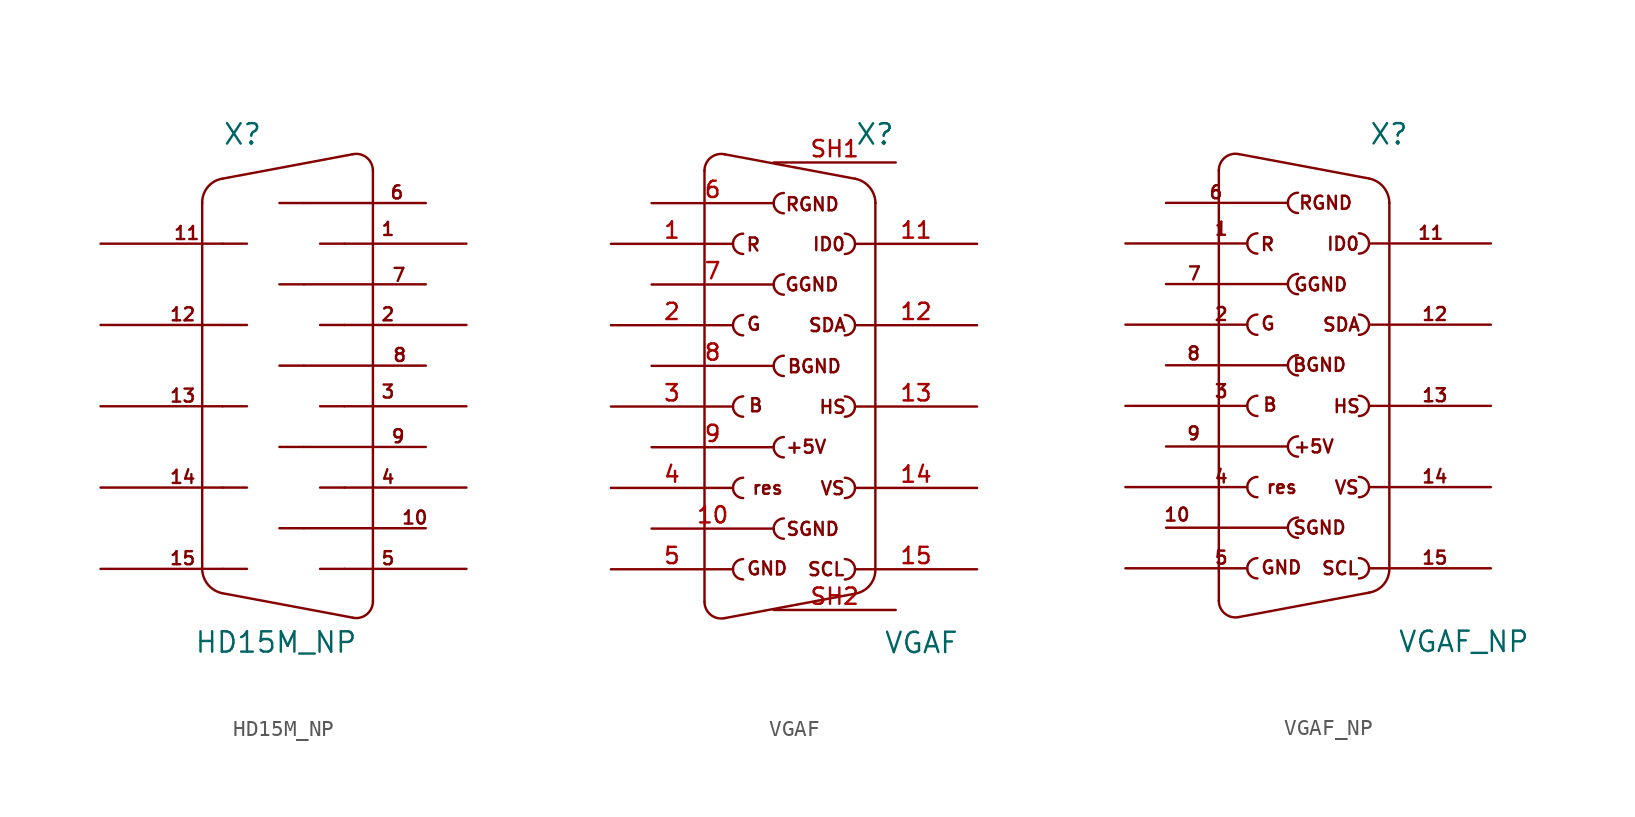
<source format=kicad_sym>
(kicad_symbol_lib
  (version 20211014)
  (generator kicad_symbol_editor)
  (symbol "HD15M_NP"
    (pin_names
      (offset 1.016))
    (property "Reference" "X"
      (at -2.54 13.716 0)
      (effects (font (size 1.27 1.27)) (justify left bottom)))
    (property "Value" "HD15M_NP"
      (at -4.318 -18.034 0)
      (effects (font (size 1.27 1.27)) (justify left bottom)))
    (property "ki_locked" ""
      (at 0 0 0)
      (effects (font (size 1.27 1.27))))
    (symbol "HD15M_NP_1_0"
      (polyline (pts (xy -3.81 10.16) (xy -3.81 -12.7)) (stroke (width 0) (type default) (color 0 0 0 0)) (fill (type none)))
      (polyline (pts (xy -2.54 -12.7) (xy -10.16 -12.7)) (stroke (width 0) (type default) (color 0 0 0 0)) (fill (type none)))
      (polyline (pts (xy -2.54 -12.7) (xy -1.016 -12.7)) (stroke (width 0) (type default) (color 0 0 0 0)) (fill (type none)))
      (polyline (pts (xy -2.54 -7.62) (xy -10.16 -7.62)) (stroke (width 0) (type default) (color 0 0 0 0)) (fill (type none)))
      (polyline (pts (xy -2.54 -7.62) (xy -1.016 -7.62)) (stroke (width 0) (type default) (color 0 0 0 0)) (fill (type none)))
      (polyline (pts (xy -2.54 -2.54) (xy -10.16 -2.54)) (stroke (width 0) (type default) (color 0 0 0 0)) (fill (type none)))
      (polyline (pts (xy -2.54 -2.54) (xy -1.016 -2.54)) (stroke (width 0) (type default) (color 0 0 0 0)) (fill (type none)))
      (polyline (pts (xy -2.54 2.54) (xy -10.16 2.54)) (stroke (width 0) (type default) (color 0 0 0 0)) (fill (type none)))
      (polyline (pts (xy -2.54 2.54) (xy -1.016 2.54)) (stroke (width 0) (type default) (color 0 0 0 0)) (fill (type none)))
      (polyline (pts (xy -2.54 7.62) (xy -10.16 7.62)) (stroke (width 0) (type default) (color 0 0 0 0)) (fill (type none)))
      (polyline (pts (xy -2.54 7.62) (xy -1.016 7.62)) (stroke (width 0) (type default) (color 0 0 0 0)) (fill (type none)))
      (polyline (pts (xy 2.54 -10.16) (xy 1.016 -10.16)) (stroke (width 0) (type default) (color 0 0 0 0)) (fill (type none)))
      (polyline (pts (xy 2.54 -10.16) (xy 10.16 -10.16)) (stroke (width 0) (type default) (color 0 0 0 0)) (fill (type none)))
      (polyline (pts (xy 2.54 -5.08) (xy 1.016 -5.08)) (stroke (width 0) (type default) (color 0 0 0 0)) (fill (type none)))
      (polyline (pts (xy 2.54 -5.08) (xy 10.16 -5.08)) (stroke (width 0) (type default) (color 0 0 0 0)) (fill (type none)))
      (polyline (pts (xy 2.54 0) (xy 1.016 0)) (stroke (width 0) (type default) (color 0 0 0 0)) (fill (type none)))
      (polyline (pts (xy 2.54 0) (xy 10.16 0)) (stroke (width 0) (type default) (color 0 0 0 0)) (fill (type none)))
      (polyline (pts (xy 2.54 5.08) (xy 1.016 5.08)) (stroke (width 0) (type default) (color 0 0 0 0)) (fill (type none)))
      (polyline (pts (xy 2.54 5.08) (xy 10.16 5.08)) (stroke (width 0) (type default) (color 0 0 0 0)) (fill (type none)))
      (polyline (pts (xy 2.54 10.16) (xy 1.016 10.16)) (stroke (width 0) (type default) (color 0 0 0 0)) (fill (type none)))
      (polyline (pts (xy 2.54 10.16) (xy 10.16 10.16)) (stroke (width 0) (type default) (color 0 0 0 0)) (fill (type none)))
      (polyline (pts (xy 5.08 -12.7) (xy 3.556 -12.7)) (stroke (width 0) (type default) (color 0 0 0 0)) (fill (type none)))
      (polyline (pts (xy 5.08 -7.62) (xy 3.556 -7.62)) (stroke (width 0) (type default) (color 0 0 0 0)) (fill (type none)))
      (polyline (pts (xy 5.08 -2.54) (xy 3.556 -2.54)) (stroke (width 0) (type default) (color 0 0 0 0)) (fill (type none)))
      (polyline (pts (xy 5.08 2.54) (xy 3.556 2.54)) (stroke (width 0) (type default) (color 0 0 0 0)) (fill (type none)))
      (polyline (pts (xy 5.08 7.62) (xy 3.556 7.62)) (stroke (width 0) (type default) (color 0 0 0 0)) (fill (type none)))
      (polyline (pts (xy 5.588 -15.748) (xy -2.54 -14.224)) (stroke (width 0) (type default) (color 0 0 0 0)) (fill (type none)))
      (polyline (pts (xy 5.588 13.208) (xy -2.54 11.684)) (stroke (width 0) (type default) (color 0 0 0 0)) (fill (type none)))
      (polyline (pts (xy 6.858 12.192) (xy 6.858 -14.732)) (stroke (width 0) (type default) (color 0 0 0 0)) (fill (type none)))
      (polyline (pts (xy 12.7 -12.7) (xy 5.08 -12.7)) (stroke (width 0) (type default) (color 0 0 0 0)) (fill (type none)))
      (polyline (pts (xy 12.7 -7.62) (xy 5.08 -7.62)) (stroke (width 0) (type default) (color 0 0 0 0)) (fill (type none)))
      (polyline (pts (xy 12.7 -2.54) (xy 5.08 -2.54)) (stroke (width 0) (type default) (color 0 0 0 0)) (fill (type none)))
      (polyline (pts (xy 12.7 2.54) (xy 5.08 2.54)) (stroke (width 0) (type default) (color 0 0 0 0)) (fill (type none)))
      (polyline (pts (xy 12.7 7.62) (xy 5.08 7.62)) (stroke (width 0) (type default) (color 0 0 0 0)) (fill (type none)))
      (text "1" (at 7.798 8.534 0) (effects (font (size 0.813 0.813))))
      (text "10" (at 9.474 -9.5 0) (effects (font (size 0.813 0.813))))
      (text "11" (at -4.775 8.28 0) (effects (font (size 0.813 0.813))))
      (text "12" (at -5.029 3.2 0) (effects (font (size 0.813 0.813))))
      (text "13" (at -5.029 -1.88 0) (effects (font (size 0.813 0.813))))
      (text "14" (at -5.029 -6.96 0) (effects (font (size 0.813 0.813))))
      (text "15" (at -5.029 -12.04 0) (effects (font (size 0.813 0.813))))
      (text "2" (at 7.798 3.2 0) (effects (font (size 0.813 0.813))))
      (text "3" (at 7.798 -1.626 0) (effects (font (size 0.813 0.813))))
      (text "4" (at 7.798 -6.96 0) (effects (font (size 0.813 0.813))))
      (text "5" (at 7.798 -12.04 0) (effects (font (size 0.813 0.813))))
      (text "6" (at 8.357 10.82 0) (effects (font (size 0.813 0.813))))
      (text "7" (at 8.484 5.664 0) (effects (font (size 0.813 0.813))))
      (text "8" (at 8.534 0.66 0) (effects (font (size 0.813 0.813))))
      (text "9" (at 8.433 -4.42 0) (effects (font (size 0.813 0.813)))))
    (symbol "HD15M_NP_1_1"
      (arc (start -3.81 -12.7) (mid -3.4463 -13.6881) (end -2.54 -14.224) (stroke (width 0) (type default) (color 0 0 0 0)) (fill (type none)))
      (arc (start -2.54 11.684) (mid -3.4625 11.1616) (end -3.81 10.16) (stroke (width 0) (type default) (color 0 0 0 0)) (fill (type none)))
      (arc (start 5.588 -15.748) (mid 6.4671 -15.5452) (end 6.858 -14.732) (stroke (width 0) (type default) (color 0 0 0 0)) (fill (type none)))
      (arc (start 6.858 12.192) (mid 6.4672 13.0053) (end 5.588 13.208) (stroke (width 0) (type default) (color 0 0 0 0)) (fill (type none)))))
  (symbol "VGAF"
    (pin_names
      (offset 1.016))
    (property "Reference" "X"
      (at 5.08 13.716 0)
      (effects (font (size 1.27 1.27)) (justify left bottom)))
    (property "Value" "VGAF"
      (at 6.858 -18.034 0)
      (effects (font (size 1.27 1.27)) (justify left bottom)))
    (property "ki_locked" ""
      (at 0 0 0)
      (effects (font (size 1.27 1.27))))
    (symbol "VGAF_1_0"
      (polyline (pts (xy -4.318 12.192) (xy -4.318 -14.732)) (stroke (width 0) (type default) (color 0 0 0 0)) (fill (type none)))
      (polyline (pts (xy -3.048 -15.748) (xy 5.08 -14.224)) (stroke (width 0) (type default) (color 0 0 0 0)) (fill (type none)))
      (polyline (pts (xy -3.048 13.208) (xy 5.08 11.684)) (stroke (width 0) (type default) (color 0 0 0 0)) (fill (type none)))
      (polyline (pts (xy 6.35 10.16) (xy 6.35 -12.7)) (stroke (width 0) (type default) (color 0 0 0 0)) (fill (type none)))
      (text "+5V" (at 2.032 -5.055 0) (effects (font (size 0.813 0.813))))
      (text "B" (at -1.118 -2.464 0) (effects (font (size 0.813 0.813))))
      (text "BGND" (at 2.54 -0.025 0) (effects (font (size 0.813 0.813))))
      (text "G" (at -1.245 2.616 0) (effects (font (size 0.813 0.813))))
      (text "GGND" (at 2.388 5.08 0) (effects (font (size 0.813 0.813))))
      (text "GND" (at -0.406 -12.649 0) (effects (font (size 0.813 0.813))))
      (text "HS" (at 3.683 -2.565 0) (effects (font (size 0.813 0.813))))
      (text "ID0" (at 3.454 7.595 0) (effects (font (size 0.813 0.813))))
      (text "R" (at -1.27 7.569 0) (effects (font (size 0.813 0.813))))
      (text "res" (at -0.381 -7.62 0) (effects (font (size 0.813 0.813))))
      (text "RGND" (at 2.413 10.084 0) (effects (font (size 0.813 0.813))))
      (text "SCL" (at 3.277 -12.7 0) (effects (font (size 0.813 0.813))))
      (text "SDA" (at 3.353 2.54 0) (effects (font (size 0.813 0.813))))
      (text "SGND" (at 2.438 -10.185 0) (effects (font (size 0.813 0.813))))
      (text "VS" (at 3.683 -7.645 0) (effects (font (size 0.813 0.813)))))
    (symbol "VGAF_1_1"
      (arc (start -4.318 -14.732) (mid -3.9272 -15.5452) (end -3.048 -15.748) (stroke (width 0) (type default) (color 0 0 0 0)) (fill (type none)))
      (arc (start -3.048 13.208) (mid -3.9272 13.0052) (end -4.318 12.192) (stroke (width 0) (type default) (color 0 0 0 0)) (fill (type none)))
      (arc (start -1.905 -12.065) (mid -2.54 -12.7) (end -1.905 -13.335) (stroke (width 0) (type default) (color 0 0 0 0)) (fill (type none)))
      (arc (start -1.905 -6.985) (mid -2.54 -7.62) (end -1.905 -8.255) (stroke (width 0) (type default) (color 0 0 0 0)) (fill (type none)))
      (arc (start -1.905 -1.905) (mid -2.54 -2.54) (end -1.905 -3.175) (stroke (width 0) (type default) (color 0 0 0 0)) (fill (type none)))
      (arc (start -1.905 3.175) (mid -2.54 2.54) (end -1.905 1.905) (stroke (width 0) (type default) (color 0 0 0 0)) (fill (type none)))
      (arc (start -1.905 8.255) (mid -2.54 7.62) (end -1.905 6.985) (stroke (width 0) (type default) (color 0 0 0 0)) (fill (type none)))
      (arc (start 0.635 -9.525) (mid 0 -10.16) (end 0.635 -10.795) (stroke (width 0) (type default) (color 0 0 0 0)) (fill (type none)))
      (arc (start 0.635 -4.445) (mid 0 -5.08) (end 0.635 -5.715) (stroke (width 0) (type default) (color 0 0 0 0)) (fill (type none)))
      (arc (start 0.635 0.635) (mid 0 0) (end 0.635 -0.635) (stroke (width 0) (type default) (color 0 0 0 0)) (fill (type none)))
      (arc (start 0.635 5.715) (mid 0 5.08) (end 0.635 4.445) (stroke (width 0) (type default) (color 0 0 0 0)) (fill (type none)))
      (arc (start 0.635 10.795) (mid 0 10.16) (end 0.635 9.525) (stroke (width 0) (type default) (color 0 0 0 0)) (fill (type none)))
      (arc (start 4.445 -13.335) (mid 5.08 -12.7) (end 4.445 -12.065) (stroke (width 0) (type default) (color 0 0 0 0)) (fill (type none)))
      (arc (start 4.445 -8.255) (mid 5.08 -7.62) (end 4.445 -6.985) (stroke (width 0) (type default) (color 0 0 0 0)) (fill (type none)))
      (arc (start 4.445 -3.175) (mid 5.08 -2.54) (end 4.445 -1.905) (stroke (width 0) (type default) (color 0 0 0 0)) (fill (type none)))
      (arc (start 4.445 1.905) (mid 5.08 2.54) (end 4.445 3.175) (stroke (width 0) (type default) (color 0 0 0 0)) (fill (type none)))
      (arc (start 4.445 6.985) (mid 5.08 7.62) (end 4.445 8.255) (stroke (width 0) (type default) (color 0 0 0 0)) (fill (type none)))
      (arc (start 5.08 -14.224) (mid 6.0049 -13.6987) (end 6.35 -12.7) (stroke (width 0) (type default) (color 0 0 0 0)) (fill (type none)))
      (arc (start 6.35 10.16) (mid 5.9888 11.1451) (end 5.08 11.684) (stroke (width 0) (type default) (color 0 0 0 0)) (fill (type none)))
      (pin passive line (at -10.16 7.62 0) (length 7.62) (name "" (effects (font (size 1.016 1.016)))) (number "1" (effects (font (size 1.016 1.016)))))
      (pin passive line (at -7.62 -10.16 0) (length 7.62) (name "" (effects (font (size 1.016 1.016)))) (number "10" (effects (font (size 1.016 1.016)))))
      (pin passive line (at 12.7 7.62 180) (length 7.62) (name "" (effects (font (size 1.016 1.016)))) (number "11" (effects (font (size 1.016 1.016)))))
      (pin passive line (at 12.7 2.54 180) (length 7.62) (name "" (effects (font (size 1.016 1.016)))) (number "12" (effects (font (size 1.016 1.016)))))
      (pin passive line (at 12.7 -2.54 180) (length 7.62) (name "" (effects (font (size 1.016 1.016)))) (number "13" (effects (font (size 1.016 1.016)))))
      (pin passive line (at 12.7 -7.62 180) (length 7.62) (name "" (effects (font (size 1.016 1.016)))) (number "14" (effects (font (size 1.016 1.016)))))
      (pin passive line (at 12.7 -12.7 180) (length 7.62) (name "" (effects (font (size 1.016 1.016)))) (number "15" (effects (font (size 1.016 1.016)))))
      (pin passive line (at -10.16 2.54 0) (length 7.62) (name "" (effects (font (size 1.016 1.016)))) (number "2" (effects (font (size 1.016 1.016)))))
      (pin passive line (at -10.16 -2.54 0) (length 7.62) (name "" (effects (font (size 1.016 1.016)))) (number "3" (effects (font (size 1.016 1.016)))))
      (pin passive line (at -10.16 -7.62 0) (length 7.62) (name "" (effects (font (size 1.016 1.016)))) (number "4" (effects (font (size 1.016 1.016)))))
      (pin passive line (at -10.16 -12.7 0) (length 7.62) (name "" (effects (font (size 1.016 1.016)))) (number "5" (effects (font (size 1.016 1.016)))))
      (pin passive line (at -7.62 10.16 0) (length 7.62) (name "" (effects (font (size 1.016 1.016)))) (number "6" (effects (font (size 1.016 1.016)))))
      (pin passive line (at -7.62 5.08 0) (length 7.62) (name "" (effects (font (size 1.016 1.016)))) (number "7" (effects (font (size 1.016 1.016)))))
      (pin passive line (at -7.62 0 0) (length 7.62) (name "" (effects (font (size 1.016 1.016)))) (number "8" (effects (font (size 1.016 1.016)))))
      (pin passive line (at -7.62 -5.08 0) (length 7.62) (name "" (effects (font (size 1.016 1.016)))) (number "9" (effects (font (size 1.016 1.016)))))
      (pin power_in line (at 7.62 12.7 180) (length 7.62) (name "" (effects (font (size 1.016 1.016)))) (number "SH1" (effects (font (size 1.016 1.016)))))
      (pin power_in line (at 7.62 -15.24 180) (length 7.62) (name "" (effects (font (size 1.016 1.016)))) (number "SH2" (effects (font (size 1.016 1.016)))))))
  (symbol "VGAF_NP"
    (pin_names
      (offset 1.016))
    (property "Reference" "X"
      (at 5.08 13.716 0)
      (effects (font (size 1.27 1.27)) (justify left bottom)))
    (property "Value" "VGAF_NP"
      (at 6.858 -18.034 0)
      (effects (font (size 1.27 1.27)) (justify left bottom)))
    (property "ki_locked" ""
      (at 0 0 0)
      (effects (font (size 1.27 1.27))))
    (symbol "VGAF_NP_1_0"
      (polyline (pts (xy -10.16 -12.7) (xy -2.54 -12.7)) (stroke (width 0) (type default) (color 0 0 0 0)) (fill (type none)))
      (polyline (pts (xy -10.16 -7.62) (xy -2.54 -7.62)) (stroke (width 0) (type default) (color 0 0 0 0)) (fill (type none)))
      (polyline (pts (xy -10.16 -2.54) (xy -2.54 -2.54)) (stroke (width 0) (type default) (color 0 0 0 0)) (fill (type none)))
      (polyline (pts (xy -10.16 2.54) (xy -2.54 2.54)) (stroke (width 0) (type default) (color 0 0 0 0)) (fill (type none)))
      (polyline (pts (xy -10.16 7.62) (xy -2.54 7.62)) (stroke (width 0) (type default) (color 0 0 0 0)) (fill (type none)))
      (polyline (pts (xy -7.62 10.16) (xy 0 10.16)) (stroke (width 0) (type default) (color 0 0 0 0)) (fill (type none)))
      (polyline (pts (xy -4.318 12.192) (xy -4.318 -14.732)) (stroke (width 0) (type default) (color 0 0 0 0)) (fill (type none)))
      (polyline (pts (xy -3.048 -15.748) (xy 5.08 -14.224)) (stroke (width 0) (type default) (color 0 0 0 0)) (fill (type none)))
      (polyline (pts (xy -3.048 13.208) (xy 5.08 11.684)) (stroke (width 0) (type default) (color 0 0 0 0)) (fill (type none)))
      (polyline (pts (xy 0 -10.16) (xy -7.62 -10.16)) (stroke (width 0) (type default) (color 0 0 0 0)) (fill (type none)))
      (polyline (pts (xy 0 -5.08) (xy -7.62 -5.08)) (stroke (width 0) (type default) (color 0 0 0 0)) (fill (type none)))
      (polyline (pts (xy 0 0) (xy -7.62 0)) (stroke (width 0) (type default) (color 0 0 0 0)) (fill (type none)))
      (polyline (pts (xy 0 5.08) (xy -7.62 5.08)) (stroke (width 0) (type default) (color 0 0 0 0)) (fill (type none)))
      (polyline (pts (xy 5.08 -12.7) (xy 12.7 -12.7)) (stroke (width 0) (type default) (color 0 0 0 0)) (fill (type none)))
      (polyline (pts (xy 5.08 -7.62) (xy 12.7 -7.62)) (stroke (width 0) (type default) (color 0 0 0 0)) (fill (type none)))
      (polyline (pts (xy 5.08 -2.54) (xy 12.7 -2.54)) (stroke (width 0) (type default) (color 0 0 0 0)) (fill (type none)))
      (polyline (pts (xy 5.08 2.54) (xy 12.7 2.54)) (stroke (width 0) (type default) (color 0 0 0 0)) (fill (type none)))
      (polyline (pts (xy 5.08 7.62) (xy 12.7 7.62)) (stroke (width 0) (type default) (color 0 0 0 0)) (fill (type none)))
      (polyline (pts (xy 6.35 10.16) (xy 6.35 -12.7)) (stroke (width 0) (type default) (color 0 0 0 0)) (fill (type none)))
      (text "+5V" (at 1.626 -5.08 0) (effects (font (size 0.813 0.813))))
      (text "1" (at -4.166 8.534 0) (effects (font (size 0.813 0.813))))
      (text "10" (at -6.934 -9.347 0) (effects (font (size 0.813 0.813))))
      (text "11" (at 8.941 8.28 0) (effects (font (size 0.813 0.813))))
      (text "12" (at 9.195 3.2 0) (effects (font (size 0.813 0.813))))
      (text "13" (at 9.195 -1.88 0) (effects (font (size 0.813 0.813))))
      (text "14" (at 9.195 -6.96 0) (effects (font (size 0.813 0.813))))
      (text "15" (at 9.195 -12.04 0) (effects (font (size 0.813 0.813))))
      (text "2" (at -4.166 3.2 0) (effects (font (size 0.813 0.813))))
      (text "3" (at -4.166 -1.626 0) (effects (font (size 0.813 0.813))))
      (text "4" (at -4.166 -6.96 0) (effects (font (size 0.813 0.813))))
      (text "5" (at -4.166 -12.04 0) (effects (font (size 0.813 0.813))))
      (text "6" (at -4.496 10.82 0) (effects (font (size 0.813 0.813))))
      (text "7" (at -5.842 5.74 0) (effects (font (size 0.813 0.813))))
      (text "8" (at -5.893 0.737 0) (effects (font (size 0.813 0.813))))
      (text "9" (at -5.893 -4.267 0) (effects (font (size 0.813 0.813))))
      (text "B" (at -1.118 -2.464 0) (effects (font (size 0.813 0.813))))
      (text "BGND" (at 1.981 0.025 0) (effects (font (size 0.813 0.813))))
      (text "G" (at -1.245 2.616 0) (effects (font (size 0.813 0.813))))
      (text "GGND" (at 2.057 5.055 0) (effects (font (size 0.813 0.813))))
      (text "GND" (at -0.406 -12.649 0) (effects (font (size 0.813 0.813))))
      (text "HS" (at 3.683 -2.565 0) (effects (font (size 0.813 0.813))))
      (text "ID0" (at 3.454 7.595 0) (effects (font (size 0.813 0.813))))
      (text "R" (at -1.27 7.569 0) (effects (font (size 0.813 0.813))))
      (text "res" (at -0.381 -7.62 0) (effects (font (size 0.813 0.813))))
      (text "RGND" (at 2.362 10.16 0) (effects (font (size 0.813 0.813))))
      (text "SCL" (at 3.277 -12.7 0) (effects (font (size 0.813 0.813))))
      (text "SDA" (at 3.353 2.54 0) (effects (font (size 0.813 0.813))))
      (text "SGND" (at 1.981 -10.16 0) (effects (font (size 0.813 0.813))))
      (text "VS" (at 3.683 -7.645 0) (effects (font (size 0.813 0.813)))))
    (symbol "VGAF_NP_1_1"
      (arc (start -4.318 -14.732) (mid -3.9272 -15.5453) (end -3.048 -15.748) (stroke (width 0) (type default) (color 0 0 0 0)) (fill (type none)))
      (arc (start -3.048 13.208) (mid -3.9271 13.0052) (end -4.318 12.192) (stroke (width 0) (type default) (color 0 0 0 0)) (fill (type none)))
      (arc (start -1.905 -12.065) (mid -2.54 -12.7) (end -1.905 -13.335) (stroke (width 0) (type default) (color 0 0 0 0)) (fill (type none)))
      (arc (start -1.905 -6.985) (mid -2.54 -7.62) (end -1.905 -8.255) (stroke (width 0) (type default) (color 0 0 0 0)) (fill (type none)))
      (arc (start -1.905 -1.905) (mid -2.54 -2.54) (end -1.905 -3.175) (stroke (width 0) (type default) (color 0 0 0 0)) (fill (type none)))
      (arc (start -1.905 3.175) (mid -2.54 2.54) (end -1.905 1.905) (stroke (width 0) (type default) (color 0 0 0 0)) (fill (type none)))
      (arc (start -1.905 8.255) (mid -2.54 7.62) (end -1.905 6.985) (stroke (width 0) (type default) (color 0 0 0 0)) (fill (type none)))
      (arc (start 0.635 -9.525) (mid 0 -10.16) (end 0.635 -10.795) (stroke (width 0) (type default) (color 0 0 0 0)) (fill (type none)))
      (arc (start 0.635 -4.445) (mid 0 -5.08) (end 0.635 -5.715) (stroke (width 0) (type default) (color 0 0 0 0)) (fill (type none)))
      (arc (start 0.635 0.635) (mid 0 0) (end 0.635 -0.635) (stroke (width 0) (type default) (color 0 0 0 0)) (fill (type none)))
      (arc (start 0.635 5.715) (mid 0 5.08) (end 0.635 4.445) (stroke (width 0) (type default) (color 0 0 0 0)) (fill (type none)))
      (arc (start 0.635 10.795) (mid 0 10.16) (end 0.635 9.525) (stroke (width 0) (type default) (color 0 0 0 0)) (fill (type none)))
      (arc (start 4.445 -13.335) (mid 5.08 -12.7) (end 4.445 -12.065) (stroke (width 0) (type default) (color 0 0 0 0)) (fill (type none)))
      (arc (start 4.445 -8.255) (mid 5.08 -7.62) (end 4.445 -6.985) (stroke (width 0) (type default) (color 0 0 0 0)) (fill (type none)))
      (arc (start 4.445 -3.175) (mid 5.08 -2.54) (end 4.445 -1.905) (stroke (width 0) (type default) (color 0 0 0 0)) (fill (type none)))
      (arc (start 4.445 1.905) (mid 5.08 2.54) (end 4.445 3.175) (stroke (width 0) (type default) (color 0 0 0 0)) (fill (type none)))
      (arc (start 4.445 6.985) (mid 5.08 7.62) (end 4.445 8.255) (stroke (width 0) (type default) (color 0 0 0 0)) (fill (type none)))
      (arc (start 5.08 -14.224) (mid 6.0025 -13.7016) (end 6.35 -12.7) (stroke (width 0) (type default) (color 0 0 0 0)) (fill (type none)))
      (arc (start 6.35 10.16) (mid 5.9863 11.1481) (end 5.08 11.684) (stroke (width 0) (type default) (color 0 0 0 0)) (fill (type none))))))
</source>
